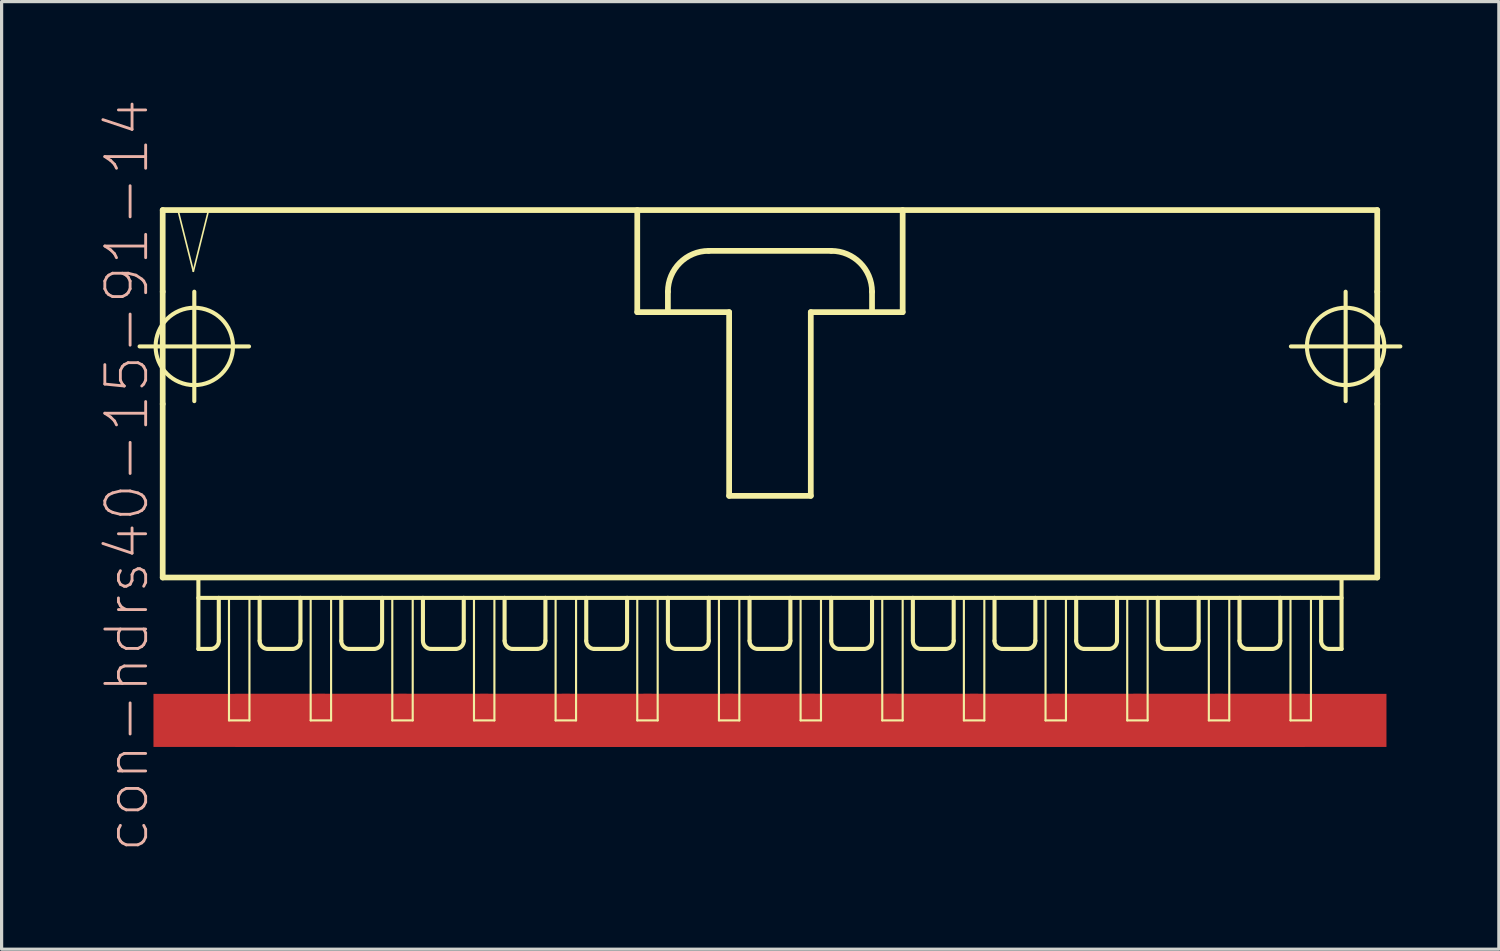
<source format=kicad_pcb>
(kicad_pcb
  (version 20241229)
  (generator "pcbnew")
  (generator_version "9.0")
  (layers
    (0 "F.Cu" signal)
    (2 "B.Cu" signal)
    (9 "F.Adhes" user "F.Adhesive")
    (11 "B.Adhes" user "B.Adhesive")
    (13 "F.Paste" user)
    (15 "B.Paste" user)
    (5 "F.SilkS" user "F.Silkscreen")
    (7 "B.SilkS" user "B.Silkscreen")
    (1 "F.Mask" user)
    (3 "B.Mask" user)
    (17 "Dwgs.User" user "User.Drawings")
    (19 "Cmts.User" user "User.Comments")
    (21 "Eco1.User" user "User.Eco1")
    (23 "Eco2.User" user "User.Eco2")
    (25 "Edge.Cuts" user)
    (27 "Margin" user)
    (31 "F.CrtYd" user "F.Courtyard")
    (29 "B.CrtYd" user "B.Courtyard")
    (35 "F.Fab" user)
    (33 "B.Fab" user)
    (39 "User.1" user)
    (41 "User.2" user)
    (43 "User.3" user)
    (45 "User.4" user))
  (footprint "con-hdrs40-15-91-14"
    (layer "F.Cu")
    (at 20.901 8.564)
    (property "Reference" "con-hdrs40-15-91-14" (at -20.003 3.175 90) (layer "B.SilkS") (effects (font (size 1.27 1.27) (thickness 0.089))))
    (attr smd)
    (fp_line (start -19.609 -0.838) (end -16.205 -0.838) (stroke (width 0.127) (type solid)) (layer "F.SilkS"))
    (fp_line (start -18.89 -5.08) (end -18.89 -2.54) (stroke (width 0.178) (type solid)) (layer "F.SilkS"))
    (fp_line (start -18.89 -2.54) (end -18.89 0.953) (stroke (width 0.178) (type solid)) (layer "F.SilkS"))
    (fp_line (start -18.89 0.953) (end -18.89 6.35) (stroke (width 0.178) (type solid)) (layer "F.SilkS"))
    (fp_line (start -18.89 6.35) (end 18.89 6.35) (stroke (width 0.178) (type solid)) (layer "F.SilkS"))
    (fp_line (start -18.415 -5.08) (end -17.937 -3.175) (stroke (width 0.051) (type solid)) (layer "F.SilkS"))
    (fp_line (start -17.937 -3.175) (end -17.462 -5.08) (stroke (width 0.051) (type solid)) (layer "F.SilkS"))
    (fp_line (start -17.907 0.864) (end -17.907 -2.54) (stroke (width 0.127) (type solid)) (layer "F.SilkS"))
    (fp_line (start -17.78 6.35) (end -17.78 8.572) (stroke (width 0.127) (type solid)) (layer "F.SilkS"))
    (fp_line (start -17.78 6.985) (end -17.145 6.985) (stroke (width 0.127) (type solid)) (layer "F.SilkS"))
    (fp_line (start -17.462 -5.08) (end -18.415 -5.08) (stroke (width 0.051) (type solid)) (layer "F.SilkS"))
    (fp_line (start -17.399 8.572) (end -17.78 8.572) (stroke (width 0.127) (type solid)) (layer "F.SilkS"))
    (fp_line (start -17.145 6.985) (end -17.145 8.319) (stroke (width 0.127) (type solid)) (layer "F.SilkS"))
    (fp_line (start -17.145 6.985) (end -15.875 6.985) (stroke (width 0.127) (type solid)) (layer "F.SilkS"))
    (fp_line (start -16.828 6.985) (end -16.192 6.985) (stroke (width 0.066) (type solid)) (layer "F.SilkS"))
    (fp_line (start -16.828 10.795) (end -16.828 6.985) (stroke (width 0.066) (type solid)) (layer "F.SilkS"))
    (fp_line (start -16.828 10.795) (end -16.192 10.795) (stroke (width 0.066) (type solid)) (layer "F.SilkS"))
    (fp_line (start -16.192 10.795) (end -16.192 6.985) (stroke (width 0.066) (type solid)) (layer "F.SilkS"))
    (fp_line (start -15.875 6.985) (end -15.875 8.319) (stroke (width 0.127) (type solid)) (layer "F.SilkS"))
    (fp_line (start -15.875 6.985) (end -14.605 6.985) (stroke (width 0.127) (type solid)) (layer "F.SilkS"))
    (fp_line (start -14.859 8.572) (end -15.621 8.572) (stroke (width 0.127) (type solid)) (layer "F.SilkS"))
    (fp_line (start -14.605 6.985) (end -14.605 8.319) (stroke (width 0.127) (type solid)) (layer "F.SilkS"))
    (fp_line (start -14.605 6.985) (end -13.335 6.985) (stroke (width 0.127) (type solid)) (layer "F.SilkS"))
    (fp_line (start -14.287 6.985) (end -13.652 6.985) (stroke (width 0.066) (type solid)) (layer "F.SilkS"))
    (fp_line (start -14.287 10.795) (end -14.287 6.985) (stroke (width 0.066) (type solid)) (layer "F.SilkS"))
    (fp_line (start -14.287 10.795) (end -13.652 10.795) (stroke (width 0.066) (type solid)) (layer "F.SilkS"))
    (fp_line (start -13.652 10.795) (end -13.652 6.985) (stroke (width 0.066) (type solid)) (layer "F.SilkS"))
    (fp_line (start -13.335 6.985) (end -13.335 8.319) (stroke (width 0.127) (type solid)) (layer "F.SilkS"))
    (fp_line (start -13.335 6.985) (end -12.065 6.985) (stroke (width 0.127) (type solid)) (layer "F.SilkS"))
    (fp_line (start -12.319 8.572) (end -13.081 8.572) (stroke (width 0.127) (type solid)) (layer "F.SilkS"))
    (fp_line (start -12.065 6.985) (end -12.065 8.319) (stroke (width 0.127) (type solid)) (layer "F.SilkS"))
    (fp_line (start -12.065 6.985) (end -10.795 6.985) (stroke (width 0.127) (type solid)) (layer "F.SilkS"))
    (fp_line (start -11.748 6.985) (end -11.113 6.985) (stroke (width 0.066) (type solid)) (layer "F.SilkS"))
    (fp_line (start -11.748 10.795) (end -11.748 6.985) (stroke (width 0.066) (type solid)) (layer "F.SilkS"))
    (fp_line (start -11.748 10.795) (end -11.113 10.795) (stroke (width 0.066) (type solid)) (layer "F.SilkS"))
    (fp_line (start -11.113 10.795) (end -11.113 6.985) (stroke (width 0.066) (type solid)) (layer "F.SilkS"))
    (fp_line (start -10.795 6.985) (end -10.795 8.319) (stroke (width 0.127) (type solid)) (layer "F.SilkS"))
    (fp_line (start -10.795 6.985) (end -9.525 6.985) (stroke (width 0.127) (type solid)) (layer "F.SilkS"))
    (fp_line (start -9.779 8.572) (end -10.541 8.572) (stroke (width 0.127) (type solid)) (layer "F.SilkS"))
    (fp_line (start -9.525 6.985) (end -9.525 8.319) (stroke (width 0.127) (type solid)) (layer "F.SilkS"))
    (fp_line (start -9.525 6.985) (end -8.255 6.985) (stroke (width 0.127) (type solid)) (layer "F.SilkS"))
    (fp_line (start -9.207 6.985) (end -8.572 6.985) (stroke (width 0.066) (type solid)) (layer "F.SilkS"))
    (fp_line (start -9.207 10.795) (end -9.207 6.985) (stroke (width 0.066) (type solid)) (layer "F.SilkS"))
    (fp_line (start -9.207 10.795) (end -8.572 10.795) (stroke (width 0.066) (type solid)) (layer "F.SilkS"))
    (fp_line (start -8.572 10.795) (end -8.572 6.985) (stroke (width 0.066) (type solid)) (layer "F.SilkS"))
    (fp_line (start -8.255 6.985) (end -8.255 8.319) (stroke (width 0.127) (type solid)) (layer "F.SilkS"))
    (fp_line (start -8.255 6.985) (end -6.985 6.985) (stroke (width 0.127) (type solid)) (layer "F.SilkS"))
    (fp_line (start -7.236 8.572) (end -8.001 8.572) (stroke (width 0.127) (type solid)) (layer "F.SilkS"))
    (fp_line (start -6.985 6.985) (end -6.985 8.319) (stroke (width 0.127) (type solid)) (layer "F.SilkS"))
    (fp_line (start -6.985 6.985) (end -5.715 6.985) (stroke (width 0.127) (type solid)) (layer "F.SilkS"))
    (fp_line (start -6.668 6.985) (end -6.032 6.985) (stroke (width 0.066) (type solid)) (layer "F.SilkS"))
    (fp_line (start -6.668 10.795) (end -6.668 6.985) (stroke (width 0.066) (type solid)) (layer "F.SilkS"))
    (fp_line (start -6.668 10.795) (end -6.032 10.795) (stroke (width 0.066) (type solid)) (layer "F.SilkS"))
    (fp_line (start -6.032 10.795) (end -6.032 6.985) (stroke (width 0.066) (type solid)) (layer "F.SilkS"))
    (fp_line (start -5.715 6.985) (end -5.715 8.319) (stroke (width 0.127) (type solid)) (layer "F.SilkS"))
    (fp_line (start -5.715 6.985) (end -4.445 6.985) (stroke (width 0.127) (type solid)) (layer "F.SilkS"))
    (fp_line (start -4.699 8.572) (end -5.461 8.572) (stroke (width 0.127) (type solid)) (layer "F.SilkS"))
    (fp_line (start -4.445 6.985) (end -4.445 8.319) (stroke (width 0.127) (type solid)) (layer "F.SilkS"))
    (fp_line (start -4.445 6.985) (end -3.175 6.985) (stroke (width 0.127) (type solid)) (layer "F.SilkS"))
    (fp_line (start -4.128 -5.08) (end -4.128 -1.905) (stroke (width 0.178) (type solid)) (layer "F.SilkS"))
    (fp_line (start -4.128 -1.905) (end -3.175 -1.905) (stroke (width 0.178) (type solid)) (layer "F.SilkS"))
    (fp_line (start -4.128 6.985) (end -3.493 6.985) (stroke (width 0.066) (type solid)) (layer "F.SilkS"))
    (fp_line (start -4.128 10.795) (end -4.128 6.985) (stroke (width 0.066) (type solid)) (layer "F.SilkS"))
    (fp_line (start -4.128 10.795) (end -3.493 10.795) (stroke (width 0.066) (type solid)) (layer "F.SilkS"))
    (fp_line (start -3.493 10.795) (end -3.493 6.985) (stroke (width 0.066) (type solid)) (layer "F.SilkS"))
    (fp_line (start -3.175 -1.905) (end -3.175 -2.54) (stroke (width 0.178) (type solid)) (layer "F.SilkS"))
    (fp_line (start -3.175 -1.905) (end -1.27 -1.905) (stroke (width 0.178) (type solid)) (layer "F.SilkS"))
    (fp_line (start -3.175 6.985) (end -3.175 8.319) (stroke (width 0.127) (type solid)) (layer "F.SilkS"))
    (fp_line (start -3.175 6.985) (end -1.905 6.985) (stroke (width 0.127) (type solid)) (layer "F.SilkS"))
    (fp_line (start -2.159 8.572) (end -2.921 8.572) (stroke (width 0.127) (type solid)) (layer "F.SilkS"))
    (fp_line (start -1.905 -3.81) (end 1.905 -3.81) (stroke (width 0.178) (type solid)) (layer "F.SilkS"))
    (fp_line (start -1.905 6.985) (end -1.905 8.319) (stroke (width 0.127) (type solid)) (layer "F.SilkS"))
    (fp_line (start -1.905 6.985) (end -0.635 6.985) (stroke (width 0.127) (type solid)) (layer "F.SilkS"))
    (fp_line (start -1.587 6.985) (end -0.953 6.985) (stroke (width 0.066) (type solid)) (layer "F.SilkS"))
    (fp_line (start -1.587 10.795) (end -1.587 6.985) (stroke (width 0.066) (type solid)) (layer "F.SilkS"))
    (fp_line (start -1.587 10.795) (end -0.953 10.795) (stroke (width 0.066) (type solid)) (layer "F.SilkS"))
    (fp_line (start -1.27 -1.905) (end -1.27 3.81) (stroke (width 0.178) (type solid)) (layer "F.SilkS"))
    (fp_line (start -1.27 3.81) (end 1.27 3.81) (stroke (width 0.178) (type solid)) (layer "F.SilkS"))
    (fp_line (start -0.953 10.795) (end -0.953 6.985) (stroke (width 0.066) (type solid)) (layer "F.SilkS"))
    (fp_line (start -0.635 6.985) (end -0.635 8.319) (stroke (width 0.127) (type solid)) (layer "F.SilkS"))
    (fp_line (start -0.635 6.985) (end 0.635 6.985) (stroke (width 0.127) (type solid)) (layer "F.SilkS"))
    (fp_line (start 0.381 8.572) (end -0.381 8.572) (stroke (width 0.127) (type solid)) (layer "F.SilkS"))
    (fp_line (start 0.635 6.985) (end 0.635 8.319) (stroke (width 0.127) (type solid)) (layer "F.SilkS"))
    (fp_line (start 0.635 6.985) (end 1.905 6.985) (stroke (width 0.127) (type solid)) (layer "F.SilkS"))
    (fp_line (start 0.953 6.985) (end 1.587 6.985) (stroke (width 0.066) (type solid)) (layer "F.SilkS"))
    (fp_line (start 0.953 10.795) (end 0.953 6.985) (stroke (width 0.066) (type solid)) (layer "F.SilkS"))
    (fp_line (start 0.953 10.795) (end 1.587 10.795) (stroke (width 0.066) (type solid)) (layer "F.SilkS"))
    (fp_line (start 1.27 -1.905) (end 3.175 -1.905) (stroke (width 0.178) (type solid)) (layer "F.SilkS"))
    (fp_line (start 1.27 3.81) (end 1.27 -1.905) (stroke (width 0.178) (type solid)) (layer "F.SilkS"))
    (fp_line (start 1.587 10.795) (end 1.587 6.985) (stroke (width 0.066) (type solid)) (layer "F.SilkS"))
    (fp_line (start 1.905 6.985) (end 1.905 8.319) (stroke (width 0.127) (type solid)) (layer "F.SilkS"))
    (fp_line (start 1.905 6.985) (end 3.175 6.985) (stroke (width 0.127) (type solid)) (layer "F.SilkS"))
    (fp_line (start 2.921 8.572) (end 2.159 8.572) (stroke (width 0.127) (type solid)) (layer "F.SilkS"))
    (fp_line (start 3.175 -2.54) (end 3.175 -1.905) (stroke (width 0.178) (type solid)) (layer "F.SilkS"))
    (fp_line (start 3.175 -1.905) (end 4.128 -1.905) (stroke (width 0.178) (type solid)) (layer "F.SilkS"))
    (fp_line (start 3.175 6.985) (end 3.175 8.319) (stroke (width 0.127) (type solid)) (layer "F.SilkS"))
    (fp_line (start 3.175 6.985) (end 4.445 6.985) (stroke (width 0.127) (type solid)) (layer "F.SilkS"))
    (fp_line (start 3.493 6.985) (end 4.128 6.985) (stroke (width 0.066) (type solid)) (layer "F.SilkS"))
    (fp_line (start 3.493 10.795) (end 3.493 6.985) (stroke (width 0.066) (type solid)) (layer "F.SilkS"))
    (fp_line (start 3.493 10.795) (end 4.128 10.795) (stroke (width 0.066) (type solid)) (layer "F.SilkS"))
    (fp_line (start 4.128 -1.905) (end 4.128 -5.08) (stroke (width 0.178) (type solid)) (layer "F.SilkS"))
    (fp_line (start 4.128 10.795) (end 4.128 6.985) (stroke (width 0.066) (type solid)) (layer "F.SilkS"))
    (fp_line (start 4.445 6.985) (end 4.445 8.319) (stroke (width 0.127) (type solid)) (layer "F.SilkS"))
    (fp_line (start 4.445 6.985) (end 5.715 6.985) (stroke (width 0.127) (type solid)) (layer "F.SilkS"))
    (fp_line (start 5.461 8.572) (end 4.699 8.572) (stroke (width 0.127) (type solid)) (layer "F.SilkS"))
    (fp_line (start 5.715 6.985) (end 5.715 8.319) (stroke (width 0.127) (type solid)) (layer "F.SilkS"))
    (fp_line (start 5.715 6.985) (end 6.985 6.985) (stroke (width 0.127) (type solid)) (layer "F.SilkS"))
    (fp_line (start 6.032 6.985) (end 6.668 6.985) (stroke (width 0.066) (type solid)) (layer "F.SilkS"))
    (fp_line (start 6.032 10.795) (end 6.032 6.985) (stroke (width 0.066) (type solid)) (layer "F.SilkS"))
    (fp_line (start 6.032 10.795) (end 6.668 10.795) (stroke (width 0.066) (type solid)) (layer "F.SilkS"))
    (fp_line (start 6.668 10.795) (end 6.668 6.985) (stroke (width 0.066) (type solid)) (layer "F.SilkS"))
    (fp_line (start 6.985 6.985) (end 6.985 8.319) (stroke (width 0.127) (type solid)) (layer "F.SilkS"))
    (fp_line (start 6.985 6.985) (end 8.255 6.985) (stroke (width 0.127) (type solid)) (layer "F.SilkS"))
    (fp_line (start 8.001 8.572) (end 7.236 8.572) (stroke (width 0.127) (type solid)) (layer "F.SilkS"))
    (fp_line (start 8.255 6.985) (end 8.255 8.319) (stroke (width 0.127) (type solid)) (layer "F.SilkS"))
    (fp_line (start 8.255 6.985) (end 9.525 6.985) (stroke (width 0.127) (type solid)) (layer "F.SilkS"))
    (fp_line (start 8.572 6.985) (end 9.207 6.985) (stroke (width 0.066) (type solid)) (layer "F.SilkS"))
    (fp_line (start 8.572 10.795) (end 8.572 6.985) (stroke (width 0.066) (type solid)) (layer "F.SilkS"))
    (fp_line (start 8.572 10.795) (end 9.207 10.795) (stroke (width 0.066) (type solid)) (layer "F.SilkS"))
    (fp_line (start 9.207 10.795) (end 9.207 6.985) (stroke (width 0.066) (type solid)) (layer "F.SilkS"))
    (fp_line (start 9.525 6.985) (end 9.525 8.319) (stroke (width 0.127) (type solid)) (layer "F.SilkS"))
    (fp_line (start 9.525 6.985) (end 10.795 6.985) (stroke (width 0.127) (type solid)) (layer "F.SilkS"))
    (fp_line (start 9.779 8.572) (end 10.541 8.572) (stroke (width 0.127) (type solid)) (layer "F.SilkS"))
    (fp_line (start 10.795 6.985) (end 12.065 6.985) (stroke (width 0.127) (type solid)) (layer "F.SilkS"))
    (fp_line (start 10.795 8.319) (end 10.795 6.985) (stroke (width 0.127) (type solid)) (layer "F.SilkS"))
    (fp_line (start 11.113 6.985) (end 11.748 6.985) (stroke (width 0.066) (type solid)) (layer "F.SilkS"))
    (fp_line (start 11.113 10.795) (end 11.113 6.985) (stroke (width 0.066) (type solid)) (layer "F.SilkS"))
    (fp_line (start 11.113 10.795) (end 11.748 10.795) (stroke (width 0.066) (type solid)) (layer "F.SilkS"))
    (fp_line (start 11.748 10.795) (end 11.748 6.985) (stroke (width 0.066) (type solid)) (layer "F.SilkS"))
    (fp_line (start 12.065 6.985) (end 12.065 8.319) (stroke (width 0.127) (type solid)) (layer "F.SilkS"))
    (fp_line (start 12.065 6.985) (end 13.335 6.985) (stroke (width 0.127) (type solid)) (layer "F.SilkS"))
    (fp_line (start 12.319 8.572) (end 13.081 8.572) (stroke (width 0.127) (type solid)) (layer "F.SilkS"))
    (fp_line (start 13.335 6.985) (end 14.605 6.985) (stroke (width 0.127) (type solid)) (layer "F.SilkS"))
    (fp_line (start 13.335 8.319) (end 13.335 6.985) (stroke (width 0.127) (type solid)) (layer "F.SilkS"))
    (fp_line (start 13.652 6.985) (end 14.287 6.985) (stroke (width 0.066) (type solid)) (layer "F.SilkS"))
    (fp_line (start 13.652 10.795) (end 13.652 6.985) (stroke (width 0.066) (type solid)) (layer "F.SilkS"))
    (fp_line (start 13.652 10.795) (end 14.287 10.795) (stroke (width 0.066) (type solid)) (layer "F.SilkS"))
    (fp_line (start 14.287 10.795) (end 14.287 6.985) (stroke (width 0.066) (type solid)) (layer "F.SilkS"))
    (fp_line (start 14.605 6.985) (end 14.605 8.319) (stroke (width 0.127) (type solid)) (layer "F.SilkS"))
    (fp_line (start 14.605 6.985) (end 15.875 6.985) (stroke (width 0.127) (type solid)) (layer "F.SilkS"))
    (fp_line (start 14.859 8.572) (end 15.621 8.572) (stroke (width 0.127) (type solid)) (layer "F.SilkS"))
    (fp_line (start 15.875 6.985) (end 17.145 6.985) (stroke (width 0.127) (type solid)) (layer "F.SilkS"))
    (fp_line (start 15.875 8.319) (end 15.875 6.985) (stroke (width 0.127) (type solid)) (layer "F.SilkS"))
    (fp_line (start 16.192 6.985) (end 16.828 6.985) (stroke (width 0.066) (type solid)) (layer "F.SilkS"))
    (fp_line (start 16.192 10.795) (end 16.192 6.985) (stroke (width 0.066) (type solid)) (layer "F.SilkS"))
    (fp_line (start 16.192 10.795) (end 16.828 10.795) (stroke (width 0.066) (type solid)) (layer "F.SilkS"))
    (fp_line (start 16.205 -0.838) (end 19.609 -0.838) (stroke (width 0.127) (type solid)) (layer "F.SilkS"))
    (fp_line (start 16.828 10.795) (end 16.828 6.985) (stroke (width 0.066) (type solid)) (layer "F.SilkS"))
    (fp_line (start 17.145 6.985) (end 17.145 8.319) (stroke (width 0.127) (type solid)) (layer "F.SilkS"))
    (fp_line (start 17.145 6.985) (end 17.78 6.985) (stroke (width 0.127) (type solid)) (layer "F.SilkS"))
    (fp_line (start 17.399 8.572) (end 17.78 8.572) (stroke (width 0.127) (type solid)) (layer "F.SilkS"))
    (fp_line (start 17.78 8.572) (end 17.78 6.35) (stroke (width 0.127) (type solid)) (layer "F.SilkS"))
    (fp_line (start 17.907 0.864) (end 17.907 -2.54) (stroke (width 0.127) (type solid)) (layer "F.SilkS"))
    (fp_line (start 18.89 -5.08) (end -18.89 -5.08) (stroke (width 0.178) (type solid)) (layer "F.SilkS"))
    (fp_line (start 18.89 -2.54) (end 18.89 -5.08) (stroke (width 0.178) (type solid)) (layer "F.SilkS"))
    (fp_line (start 18.89 -2.54) (end 18.89 0.953) (stroke (width 0.178) (type solid)) (layer "F.SilkS"))
    (fp_line (start 18.89 6.35) (end 18.89 0.953) (stroke (width 0.178) (type solid)) (layer "F.SilkS"))
    (fp_arc (start -17.145 8.3185) (mid -17.219395 8.498105) (end -17.399 8.5725) (stroke (width 0.127) (type solid)) (layer "F.SilkS"))
    (fp_arc (start -15.621 8.5725) (mid -15.800605 8.498105) (end -15.875 8.3185) (stroke (width 0.127) (type solid)) (layer "F.SilkS"))
    (fp_arc (start -14.605 8.3185) (mid -14.679395 8.498105) (end -14.859 8.5725) (stroke (width 0.127) (type solid)) (layer "F.SilkS"))
    (fp_arc (start -13.081 8.5725) (mid -13.260605 8.498105) (end -13.335 8.3185) (stroke (width 0.127) (type solid)) (layer "F.SilkS"))
    (fp_arc (start -12.065 8.3185) (mid -12.139395 8.498105) (end -12.319 8.5725) (stroke (width 0.127) (type solid)) (layer "F.SilkS"))
    (fp_arc (start -10.541 8.5725) (mid -10.720605 8.498105) (end -10.795 8.3185) (stroke (width 0.127) (type solid)) (layer "F.SilkS"))
    (fp_arc (start -9.525 8.3185) (mid -9.599395 8.498105) (end -9.779 8.5725) (stroke (width 0.127) (type solid)) (layer "F.SilkS"))
    (fp_arc (start -8.001 8.5725) (mid -8.180605 8.498105) (end -8.255 8.3185) (stroke (width 0.127) (type solid)) (layer "F.SilkS"))
    (fp_arc (start -6.985 8.3185) (mid -7.058651 8.496309) (end -7.23646 8.56996) (stroke (width 0.127) (type solid)) (layer "F.SilkS"))
    (fp_arc (start -5.461 8.5725) (mid -5.640605 8.498105) (end -5.715 8.3185) (stroke (width 0.127) (type solid)) (layer "F.SilkS"))
    (fp_arc (start -4.445 8.3185) (mid -4.519395 8.498105) (end -4.699 8.5725) (stroke (width 0.127) (type solid)) (layer "F.SilkS"))
    (fp_arc (start -3.175 -2.54) (mid -2.803026 -3.438026) (end -1.905 -3.81) (stroke (width 0.1778) (type solid)) (layer "F.SilkS"))
    (fp_arc (start -2.921 8.5725) (mid -3.100605 8.498105) (end -3.175 8.3185) (stroke (width 0.127) (type solid)) (layer "F.SilkS"))
    (fp_arc (start -1.905 8.3185) (mid -1.979395 8.498105) (end -2.159 8.5725) (stroke (width 0.127) (type solid)) (layer "F.SilkS"))
    (fp_arc (start -0.381 8.5725) (mid -0.560605 8.498105) (end -0.635 8.3185) (stroke (width 0.127) (type solid)) (layer "F.SilkS"))
    (fp_arc (start 0.635 8.3185) (mid 0.560605 8.498105) (end 0.381 8.5725) (stroke (width 0.127) (type solid)) (layer "F.SilkS"))
    (fp_arc (start 1.905 -3.81) (mid 2.803026 -3.438026) (end 3.175 -2.54) (stroke (width 0.1778) (type solid)) (layer "F.SilkS"))
    (fp_arc (start 2.159 8.5725) (mid 1.979395 8.498105) (end 1.905 8.3185) (stroke (width 0.127) (type solid)) (layer "F.SilkS"))
    (fp_arc (start 3.175 8.3185) (mid 3.100605 8.498105) (end 2.921 8.5725) (stroke (width 0.127) (type solid)) (layer "F.SilkS"))
    (fp_arc (start 4.699 8.5725) (mid 4.519395 8.498105) (end 4.445 8.3185) (stroke (width 0.127) (type solid)) (layer "F.SilkS"))
    (fp_arc (start 5.715 8.3185) (mid 5.640605 8.498105) (end 5.461 8.5725) (stroke (width 0.127) (type solid)) (layer "F.SilkS"))
    (fp_arc (start 7.23646 8.5725) (mid 7.056855 8.498105) (end 6.98246 8.3185) (stroke (width 0.127) (type solid)) (layer "F.SilkS"))
    (fp_arc (start 8.255 8.3185) (mid 8.180605 8.498105) (end 8.001 8.5725) (stroke (width 0.127) (type solid)) (layer "F.SilkS"))
    (fp_arc (start 9.779 8.5725) (mid 9.599395 8.498105) (end 9.525 8.3185) (stroke (width 0.127) (type solid)) (layer "F.SilkS"))
    (fp_arc (start 10.795 8.3185) (mid 10.720605 8.498105) (end 10.541 8.5725) (stroke (width 0.127) (type solid)) (layer "F.SilkS"))
    (fp_arc (start 12.319 8.5725) (mid 12.139395 8.498105) (end 12.065 8.3185) (stroke (width 0.127) (type solid)) (layer "F.SilkS"))
    (fp_arc (start 13.335 8.3185) (mid 13.260605 8.498105) (end 13.081 8.5725) (stroke (width 0.127) (type solid)) (layer "F.SilkS"))
    (fp_arc (start 14.859 8.5725) (mid 14.679395 8.498105) (end 14.605 8.3185) (stroke (width 0.127) (type solid)) (layer "F.SilkS"))
    (fp_arc (start 15.875 8.3185) (mid 15.800605 8.498105) (end 15.621 8.5725) (stroke (width 0.127) (type solid)) (layer "F.SilkS"))
    (fp_arc (start 17.399 8.5725) (mid 17.219395 8.498105) (end 17.145 8.3185) (stroke (width 0.127) (type solid)) (layer "F.SilkS"))
    (fp_circle (center -17.907 -0.838) (end -18.758 -1.689) (stroke (width 0.127) (type solid)) (fill no) (layer "F.SilkS"))
    (fp_circle (center 17.907 -0.838) (end 18.758 -1.689) (stroke (width 0.127) (type solid)) (fill no) (layer "F.SilkS"))
    (pad "1" smd rect (at -16.51 10.795) (size 5.334 1.651) (layers "F.Cu" "F.Mask" "F.Paste"))
    (pad "2" smd rect (at -13.97 10.795) (size 5.334 1.651) (layers "F.Cu" "F.Mask" "F.Paste"))
    (pad "3" smd rect (at -11.43 10.795) (size 5.334 1.651) (layers "F.Cu" "F.Mask" "F.Paste"))
    (pad "4" smd rect (at -8.89 10.795) (size 5.334 1.651) (layers "F.Cu" "F.Mask" "F.Paste"))
    (pad "5" smd rect (at -6.35 10.795) (size 5.334 1.651) (layers "F.Cu" "F.Mask" "F.Paste"))
    (pad "6" smd rect (at -3.81 10.795) (size 5.334 1.651) (layers "F.Cu" "F.Mask" "F.Paste"))
    (pad "7" smd rect (at -1.27 10.795) (size 5.334 1.651) (layers "F.Cu" "F.Mask" "F.Paste"))
    (pad "8" smd rect (at 1.27 10.795) (size 5.334 1.651) (layers "F.Cu" "F.Mask" "F.Paste"))
    (pad "9" smd rect (at 3.81 10.795) (size 5.334 1.651) (layers "F.Cu" "F.Mask" "F.Paste"))
    (pad "10" smd rect (at 6.35 10.795) (size 5.334 1.651) (layers "F.Cu" "F.Mask" "F.Paste"))
    (pad "11" smd rect (at 8.89 10.795) (size 5.334 1.651) (layers "F.Cu" "F.Mask" "F.Paste"))
    (pad "12" smd rect (at 11.43 10.795) (size 5.334 1.651) (layers "F.Cu" "F.Mask" "F.Paste"))
    (pad "13" smd rect (at 13.97 10.795) (size 5.334 1.651) (layers "F.Cu" "F.Mask" "F.Paste"))
    (pad "14" smd rect (at 16.51 10.795) (size 5.334 1.651) (layers "F.Cu" "F.Mask" "F.Paste")))
  (gr_rect
    (start -3 -3)
    (end 43.574 26.477)
    (stroke (width 0.1) (type default))
    (fill no)
    (layer "Edge.Cuts")))
</source>
